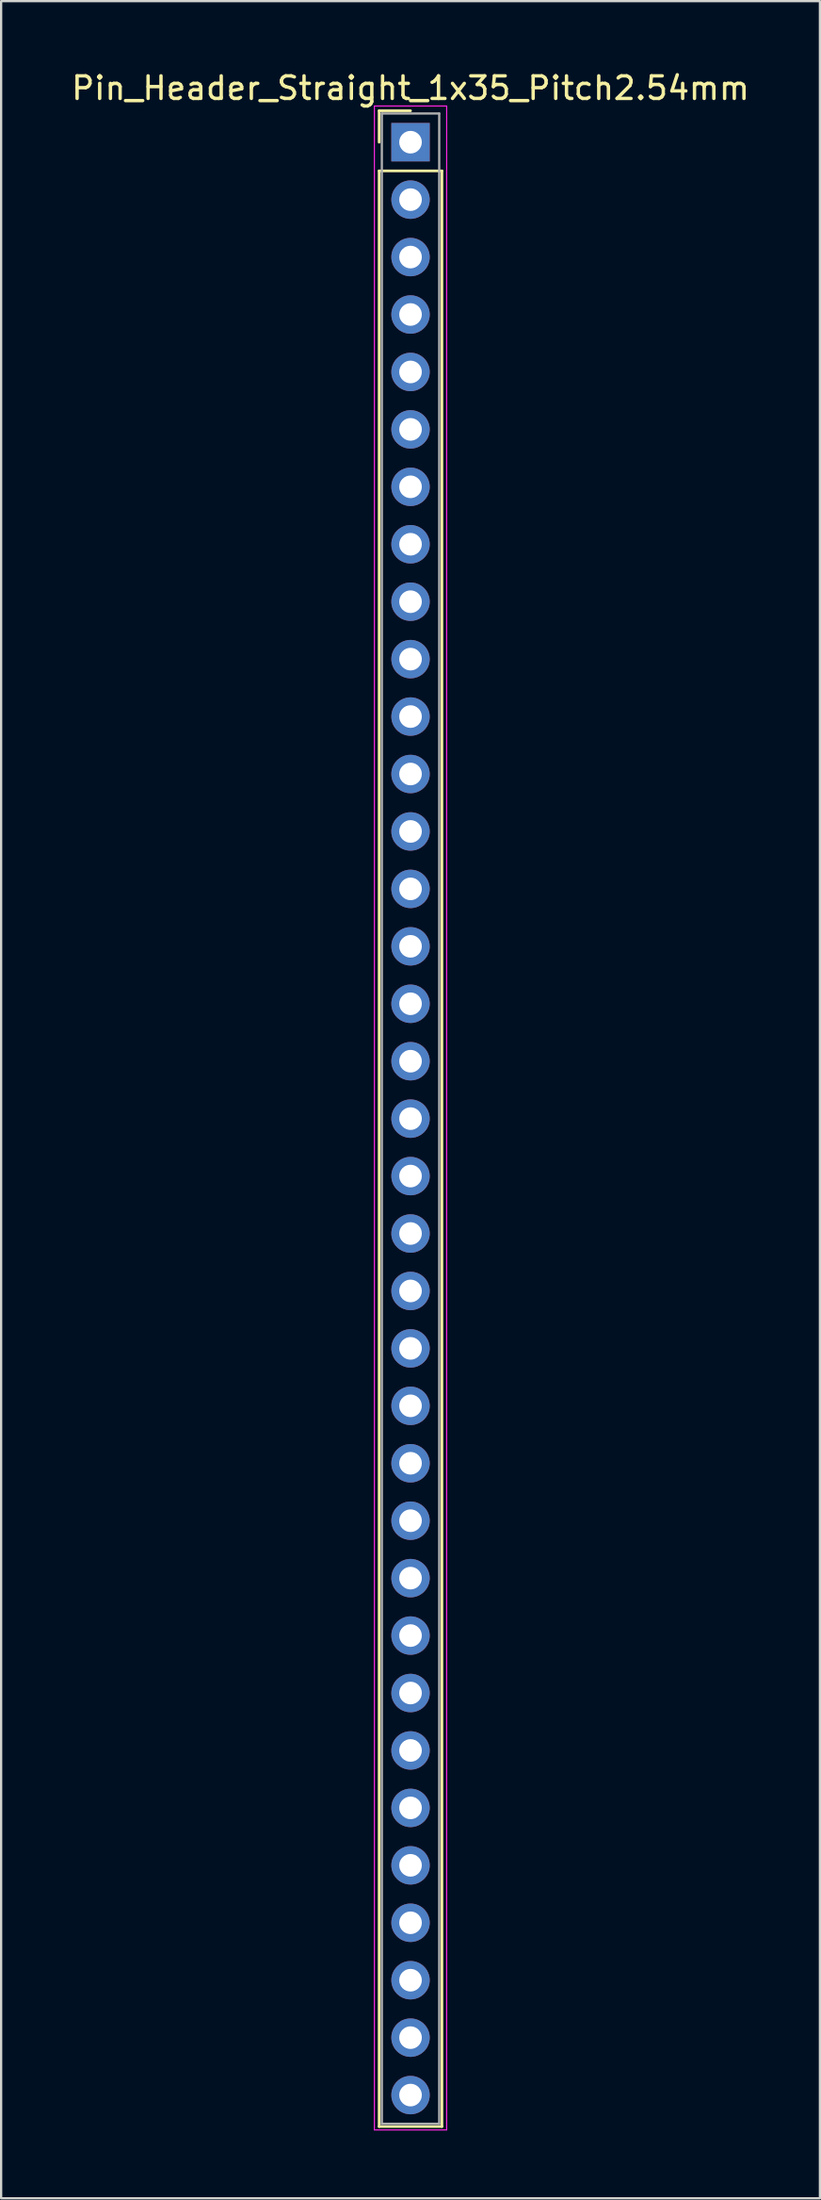
<source format=kicad_pcb>
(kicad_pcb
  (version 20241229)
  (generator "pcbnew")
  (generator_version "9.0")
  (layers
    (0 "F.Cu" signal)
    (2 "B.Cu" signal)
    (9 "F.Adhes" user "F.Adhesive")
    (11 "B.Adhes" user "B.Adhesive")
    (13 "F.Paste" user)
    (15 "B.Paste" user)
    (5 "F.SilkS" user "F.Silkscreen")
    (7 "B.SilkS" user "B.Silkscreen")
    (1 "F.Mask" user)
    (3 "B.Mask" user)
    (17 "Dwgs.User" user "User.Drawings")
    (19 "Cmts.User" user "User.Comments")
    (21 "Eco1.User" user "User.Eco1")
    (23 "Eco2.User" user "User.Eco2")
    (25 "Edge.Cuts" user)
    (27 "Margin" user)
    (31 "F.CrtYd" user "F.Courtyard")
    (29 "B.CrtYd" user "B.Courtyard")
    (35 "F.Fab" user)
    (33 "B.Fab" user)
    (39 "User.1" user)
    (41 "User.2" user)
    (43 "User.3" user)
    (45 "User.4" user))
  (footprint "Pin_Header_Straight_1x35_Pitch2.54mm"
    (layer "F.Cu")
    (at 15.125 3.238)
    (property "Reference" "Pin_Header_Straight_1x35_Pitch2.54mm" (at 0 -2.39 0) (layer "F.SilkS") (effects (font (size 1 1) (thickness 0.15))))
    (attr through_hole)
    (fp_line (start -1.39 -1.39) (end 0 -1.39) (stroke (width 0.12) (type solid)) (layer "F.SilkS"))
    (fp_line (start -1.39 0) (end -1.39 -1.39) (stroke (width 0.12) (type solid)) (layer "F.SilkS"))
    (fp_line (start -1.39 1.27) (end -1.39 87.75) (stroke (width 0.12) (type solid)) (layer "F.SilkS"))
    (fp_line (start -1.39 87.75) (end 1.39 87.75) (stroke (width 0.12) (type solid)) (layer "F.SilkS"))
    (fp_line (start 1.39 1.27) (end -1.39 1.27) (stroke (width 0.12) (type solid)) (layer "F.SilkS"))
    (fp_line (start 1.39 87.75) (end 1.39 1.27) (stroke (width 0.12) (type solid)) (layer "F.SilkS"))
    (fp_line (start -1.6 -1.6) (end -1.6 87.9) (stroke (width 0.05) (type solid)) (layer "F.CrtYd"))
    (fp_line (start -1.6 87.9) (end 1.6 87.9) (stroke (width 0.05) (type solid)) (layer "F.CrtYd"))
    (fp_line (start 1.6 -1.6) (end -1.6 -1.6) (stroke (width 0.05) (type solid)) (layer "F.CrtYd"))
    (fp_line (start 1.6 87.9) (end 1.6 -1.6) (stroke (width 0.05) (type solid)) (layer "F.CrtYd"))
    (fp_line (start -1.27 -1.27) (end -1.27 87.63) (stroke (width 0.1) (type solid)) (layer "F.Fab"))
    (fp_line (start -1.27 87.63) (end 1.27 87.63) (stroke (width 0.1) (type solid)) (layer "F.Fab"))
    (fp_line (start 1.27 -1.27) (end -1.27 -1.27) (stroke (width 0.1) (type solid)) (layer "F.Fab"))
    (fp_line (start 1.27 87.63) (end 1.27 -1.27) (stroke (width 0.1) (type solid)) (layer "F.Fab"))
    (pad "1" thru_hole rect (at 0 0) (size 1.7 1.7) (drill 1) (layers "*.Cu" "*.Mask"))
    (pad "2" thru_hole oval (at 0 2.54) (size 1.7 1.7) (drill 1) (layers "*.Cu" "*.Mask"))
    (pad "3" thru_hole oval (at 0 5.08) (size 1.7 1.7) (drill 1) (layers "*.Cu" "*.Mask"))
    (pad "4" thru_hole oval (at 0 7.62) (size 1.7 1.7) (drill 1) (layers "*.Cu" "*.Mask"))
    (pad "5" thru_hole oval (at 0 10.16) (size 1.7 1.7) (drill 1) (layers "*.Cu" "*.Mask"))
    (pad "6" thru_hole oval (at 0 12.7) (size 1.7 1.7) (drill 1) (layers "*.Cu" "*.Mask"))
    (pad "7" thru_hole oval (at 0 15.24) (size 1.7 1.7) (drill 1) (layers "*.Cu" "*.Mask"))
    (pad "8" thru_hole oval (at 0 17.78) (size 1.7 1.7) (drill 1) (layers "*.Cu" "*.Mask"))
    (pad "9" thru_hole oval (at 0 20.32) (size 1.7 1.7) (drill 1) (layers "*.Cu" "*.Mask"))
    (pad "10" thru_hole oval (at 0 22.86) (size 1.7 1.7) (drill 1) (layers "*.Cu" "*.Mask"))
    (pad "11" thru_hole oval (at 0 25.4) (size 1.7 1.7) (drill 1) (layers "*.Cu" "*.Mask"))
    (pad "12" thru_hole oval (at 0 27.94) (size 1.7 1.7) (drill 1) (layers "*.Cu" "*.Mask"))
    (pad "13" thru_hole oval (at 0 30.48) (size 1.7 1.7) (drill 1) (layers "*.Cu" "*.Mask"))
    (pad "14" thru_hole oval (at 0 33.02) (size 1.7 1.7) (drill 1) (layers "*.Cu" "*.Mask"))
    (pad "15" thru_hole oval (at 0 35.56) (size 1.7 1.7) (drill 1) (layers "*.Cu" "*.Mask"))
    (pad "16" thru_hole oval (at 0 38.1) (size 1.7 1.7) (drill 1) (layers "*.Cu" "*.Mask"))
    (pad "17" thru_hole oval (at 0 40.64) (size 1.7 1.7) (drill 1) (layers "*.Cu" "*.Mask"))
    (pad "18" thru_hole oval (at 0 43.18) (size 1.7 1.7) (drill 1) (layers "*.Cu" "*.Mask"))
    (pad "19" thru_hole oval (at 0 45.72) (size 1.7 1.7) (drill 1) (layers "*.Cu" "*.Mask"))
    (pad "20" thru_hole oval (at 0 48.26) (size 1.7 1.7) (drill 1) (layers "*.Cu" "*.Mask"))
    (pad "21" thru_hole oval (at 0 50.8) (size 1.7 1.7) (drill 1) (layers "*.Cu" "*.Mask"))
    (pad "22" thru_hole oval (at 0 53.34) (size 1.7 1.7) (drill 1) (layers "*.Cu" "*.Mask"))
    (pad "23" thru_hole oval (at 0 55.88) (size 1.7 1.7) (drill 1) (layers "*.Cu" "*.Mask"))
    (pad "24" thru_hole oval (at 0 58.42) (size 1.7 1.7) (drill 1) (layers "*.Cu" "*.Mask"))
    (pad "25" thru_hole oval (at 0 60.96) (size 1.7 1.7) (drill 1) (layers "*.Cu" "*.Mask"))
    (pad "26" thru_hole oval (at 0 63.5) (size 1.7 1.7) (drill 1) (layers "*.Cu" "*.Mask"))
    (pad "27" thru_hole oval (at 0 66.04) (size 1.7 1.7) (drill 1) (layers "*.Cu" "*.Mask"))
    (pad "28" thru_hole oval (at 0 68.58) (size 1.7 1.7) (drill 1) (layers "*.Cu" "*.Mask"))
    (pad "29" thru_hole oval (at 0 71.12) (size 1.7 1.7) (drill 1) (layers "*.Cu" "*.Mask"))
    (pad "30" thru_hole oval (at 0 73.66) (size 1.7 1.7) (drill 1) (layers "*.Cu" "*.Mask"))
    (pad "31" thru_hole oval (at 0 76.2) (size 1.7 1.7) (drill 1) (layers "*.Cu" "*.Mask"))
    (pad "32" thru_hole oval (at 0 78.74) (size 1.7 1.7) (drill 1) (layers "*.Cu" "*.Mask"))
    (pad "33" thru_hole oval (at 0 81.28) (size 1.7 1.7) (drill 1) (layers "*.Cu" "*.Mask"))
    (pad "34" thru_hole oval (at 0 83.82) (size 1.7 1.7) (drill 1) (layers "*.Cu" "*.Mask"))
    (pad "35" thru_hole oval (at 0 86.36) (size 1.7 1.7) (drill 1) (layers "*.Cu" "*.Mask")))
  (gr_rect
    (start -3 -3)
    (end 33.25 94.163)
    (stroke (width 0.1) (type default))
    (fill no)
    (layer "Edge.Cuts")))
</source>
